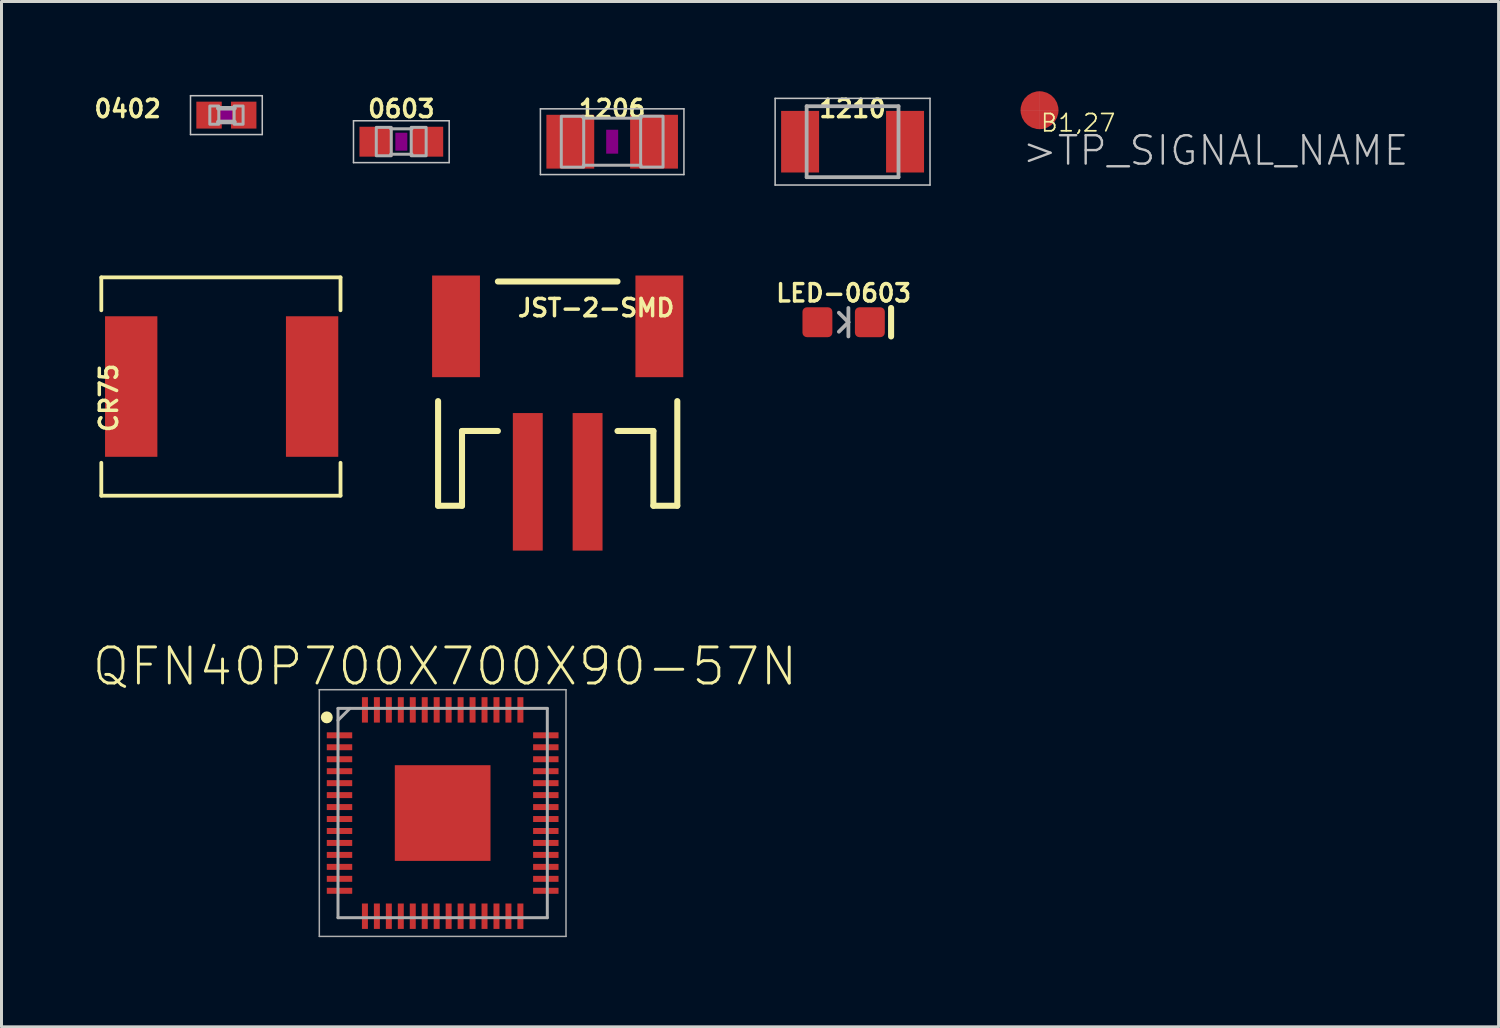
<source format=kicad_pcb>
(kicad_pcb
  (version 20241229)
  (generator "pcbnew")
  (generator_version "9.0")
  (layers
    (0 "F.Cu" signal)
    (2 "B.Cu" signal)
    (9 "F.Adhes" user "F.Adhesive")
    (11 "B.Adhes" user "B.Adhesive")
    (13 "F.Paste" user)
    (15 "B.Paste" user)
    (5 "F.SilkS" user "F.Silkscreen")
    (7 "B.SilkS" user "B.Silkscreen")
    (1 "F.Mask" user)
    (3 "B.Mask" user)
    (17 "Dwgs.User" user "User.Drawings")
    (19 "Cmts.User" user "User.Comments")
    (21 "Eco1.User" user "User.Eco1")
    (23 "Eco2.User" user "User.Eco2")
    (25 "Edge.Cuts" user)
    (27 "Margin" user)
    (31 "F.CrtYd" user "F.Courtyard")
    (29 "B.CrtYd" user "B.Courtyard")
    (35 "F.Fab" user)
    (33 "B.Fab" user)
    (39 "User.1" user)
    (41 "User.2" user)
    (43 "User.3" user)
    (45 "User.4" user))
  (footprint "JST-2-SMD"
    (layer "F.Cu")
    (at 15.601 9.364)
    (property "Reference" "JST-2-SMD" (at -1.397 -1.778 180) (layer "F.SilkS") (effects (font (size 0.579 0.579) (thickness 0.116)) (justify left bottom)))
    (attr through_hole)
    (fp_line (start -4 1) (end -4 4.5) (stroke (width 0.203) (type solid)) (layer "F.SilkS"))
    (fp_line (start -4 4.5) (end -3.2 4.5) (stroke (width 0.203) (type solid)) (layer "F.SilkS"))
    (fp_line (start -3.2 2) (end -2 2) (stroke (width 0.203) (type solid)) (layer "F.SilkS"))
    (fp_line (start -3.2 4.5) (end -3.2 2) (stroke (width 0.203) (type solid)) (layer "F.SilkS"))
    (fp_line (start 2 -3) (end -2 -3) (stroke (width 0.203) (type solid)) (layer "F.SilkS"))
    (fp_line (start 2 2) (end 3.2 2) (stroke (width 0.203) (type solid)) (layer "F.SilkS"))
    (fp_line (start 3.2 2) (end 3.2 4.5) (stroke (width 0.203) (type solid)) (layer "F.SilkS"))
    (fp_line (start 3.2 4.5) (end 4 4.5) (stroke (width 0.203) (type solid)) (layer "F.SilkS"))
    (fp_line (start 4 4.5) (end 4 1) (stroke (width 0.203) (type solid)) (layer "F.SilkS"))
    (pad "1" smd rect (at -1 3.7) (size 1 4.6) (layers "F.Cu" "F.Mask" "F.Paste"))
    (pad "2" smd rect (at 1 3.7) (size 1 4.6) (layers "F.Cu" "F.Mask" "F.Paste"))
    (pad "NC1" smd rect (at -3.4 -1.5 90) (size 3.4 1.6) (layers "F.Cu" "F.Mask" "F.Paste"))
    (pad "NC2" smd rect (at 3.4 -1.5 90) (size 3.4 1.6) (layers "F.Cu" "F.Mask" "F.Paste")))
  (footprint "CR75"
    (layer "F.Cu")
    (at 4.363 9.877)
    (property "Reference" "CR75" (at -3.436 0.381 90) (layer "F.SilkS") (effects (font (size 0.579 0.579) (thickness 0.116)) (justify bottom)))
    (attr through_hole)
    (fp_line (start -4.025 -3.65) (end -4.025 -2.55) (stroke (width 0.127) (type solid)) (layer "F.SilkS"))
    (fp_line (start -4.025 -3.65) (end 3.975 -3.65) (stroke (width 0.127) (type solid)) (layer "F.SilkS"))
    (fp_line (start -4.025 3.65) (end -4.025 2.55) (stroke (width 0.127) (type solid)) (layer "F.SilkS"))
    (fp_line (start -4.025 3.65) (end 3.975 3.65) (stroke (width 0.127) (type solid)) (layer "F.SilkS"))
    (fp_line (start 3.975 -3.65) (end 3.975 -2.55) (stroke (width 0.127) (type solid)) (layer "F.SilkS"))
    (fp_line (start 3.975 3.65) (end 3.975 2.55) (stroke (width 0.127) (type solid)) (layer "F.SilkS"))
    (pad "P$1" smd rect (at -3.025 0 90) (size 4.7 1.75) (layers "F.Cu" "F.Mask" "F.Paste"))
    (pad "P$2" smd rect (at 3.025 0 90) (size 4.7 1.75) (layers "F.Cu" "F.Mask" "F.Paste")))
  (footprint "1206"
    (layer "F.Cu")
    (at 17.423 1.689)
    (property "Reference" "1206" (at 0 -0.762 0) (layer "F.SilkS") (effects (font (size 0.579 0.579) (thickness 0.116)) (justify bottom)))
    (attr through_hole)
    (fp_poly (pts (xy -0.2 0.4) (xy 0.2 0.4) (xy 0.2 -0.4) (xy -0.2 -0.4)) (stroke (width 0) (type solid)) (fill yes) (layer "F.Adhes"))
    (fp_line (start -2.4 -1.1) (end 2.4 -1.1) (stroke (width 0.051) (type solid)) (layer "Dwgs.User"))
    (fp_line (start -2.4 1.1) (end -2.4 -1.1) (stroke (width 0.051) (type solid)) (layer "Dwgs.User"))
    (fp_line (start 2.4 -1.1) (end 2.4 1.1) (stroke (width 0.051) (type solid)) (layer "Dwgs.User"))
    (fp_line (start 2.4 1.1) (end -2.4 1.1) (stroke (width 0.051) (type solid)) (layer "Dwgs.User"))
    (fp_line (start -0.965 -0.787) (end 0.965 -0.787) (stroke (width 0.102) (type solid)) (layer "F.Fab"))
    (fp_line (start -0.965 0.787) (end 0.965 0.787) (stroke (width 0.102) (type solid)) (layer "F.Fab"))
    (fp_poly (pts (xy -1.702 0.851) (xy -0.952 0.851) (xy -0.952 -0.849) (xy -1.702 -0.849)) (stroke (width 0.1) (type solid)) (fill no) (layer "F.Fab"))
    (fp_poly (pts (xy 0.952 0.849) (xy 1.702 0.849) (xy 1.702 -0.851) (xy 0.952 -0.851)) (stroke (width 0.1) (type solid)) (fill no) (layer "F.Fab"))
    (pad "1" smd rect (at -1.4 0) (size 1.6 1.8) (layers "F.Cu" "F.Mask" "F.Paste"))
    (pad "2" smd rect (at 1.4 0) (size 1.6 1.8) (layers "F.Cu" "F.Mask" "F.Paste")))
  (footprint "LED-0603"
    (layer "F.Cu")
    (at 25.164 7.726)
    (property "Reference" "LED-0603" (at 0 -0.635 180) (layer "F.SilkS") (effects (font (size 0.579 0.579) (thickness 0.116)) (justify bottom)))
    (attr through_hole)
    (fp_line (start 1.587 -0.476) (end 1.587 0.476) (stroke (width 0.203) (type solid)) (layer "F.SilkS"))
    (fp_line (start 0.159 -0.476) (end 0.159 0) (stroke (width 0.127) (type solid)) (layer "F.Fab"))
    (fp_line (start 0.159 0) (end -0.159 -0.318) (stroke (width 0.127) (type solid)) (layer "F.Fab"))
    (fp_line (start 0.159 0) (end -0.159 0.318) (stroke (width 0.127) (type solid)) (layer "F.Fab"))
    (fp_line (start 0.159 0) (end 0.159 0.476) (stroke (width 0.127) (type solid)) (layer "F.Fab"))
    (pad "A" smd roundrect (at -0.877 0 270) (size 1 1) (layers "F.Cu" "F.Mask" "F.Paste") (roundrect_rratio 0.15))
    (pad "C" smd roundrect (at 0.877 0 270) (size 1 1) (layers "F.Cu" "F.Mask" "F.Paste") (roundrect_rratio 0.15)))
  (footprint "QFN40P700X700X90-57N"
    (layer "F.Cu")
    (at 11.754 24.141)
    (property "Reference" "QFN40P700X700X90-57N" (at 0.076 -4.902 0) (layer "F.SilkS") (effects (font (size 1.206 1.206) (thickness 0.097))))
    (attr through_hole)
    (fp_circle (center -3.875 -3.2) (end -3.775 -3.2) (stroke (width 0.2) (type solid)) (fill no) (layer "F.SilkS"))
    (fp_line (start -4.125 -4.125) (end 4.125 -4.125) (stroke (width 0.05) (type solid)) (layer "F.Fab"))
    (fp_line (start -4.125 4.125) (end -4.125 -4.125) (stroke (width 0.05) (type solid)) (layer "F.Fab"))
    (fp_line (start -3.5 -3.5) (end 3.5 -3.5) (stroke (width 0.1) (type solid)) (layer "F.Fab"))
    (fp_line (start -3.5 -3.1) (end -3.1 -3.5) (stroke (width 0.1) (type solid)) (layer "F.Fab"))
    (fp_line (start -3.5 3.5) (end -3.5 -3.5) (stroke (width 0.1) (type solid)) (layer "F.Fab"))
    (fp_line (start 3.5 -3.5) (end 3.5 3.5) (stroke (width 0.1) (type solid)) (layer "F.Fab"))
    (fp_line (start 3.5 3.5) (end -3.5 3.5) (stroke (width 0.1) (type solid)) (layer "F.Fab"))
    (fp_line (start 4.125 -4.125) (end 4.125 4.125) (stroke (width 0.05) (type solid)) (layer "F.Fab"))
    (fp_line (start 4.125 4.125) (end -4.125 4.125) (stroke (width 0.05) (type solid)) (layer "F.Fab"))
    (pad "1" smd rect (at -3.45 -2.6) (size 0.85 0.2) (layers "F.Cu" "F.Mask" "F.Paste"))
    (pad "2" smd rect (at -3.45 -2.2) (size 0.85 0.2) (layers "F.Cu" "F.Mask" "F.Paste"))
    (pad "3" smd rect (at -3.45 -1.8) (size 0.85 0.2) (layers "F.Cu" "F.Mask" "F.Paste"))
    (pad "4" smd rect (at -3.45 -1.4) (size 0.85 0.2) (layers "F.Cu" "F.Mask" "F.Paste"))
    (pad "5" smd rect (at -3.45 -1) (size 0.85 0.2) (layers "F.Cu" "F.Mask" "F.Paste"))
    (pad "6" smd rect (at -3.45 -0.6) (size 0.85 0.2) (layers "F.Cu" "F.Mask" "F.Paste"))
    (pad "7" smd rect (at -3.45 -0.2) (size 0.85 0.2) (layers "F.Cu" "F.Mask" "F.Paste"))
    (pad "8" smd rect (at -3.45 0.2) (size 0.85 0.2) (layers "F.Cu" "F.Mask" "F.Paste"))
    (pad "9" smd rect (at -3.45 0.6) (size 0.85 0.2) (layers "F.Cu" "F.Mask" "F.Paste"))
    (pad "10" smd rect (at -3.45 1) (size 0.85 0.2) (layers "F.Cu" "F.Mask" "F.Paste"))
    (pad "11" smd rect (at -3.45 1.4) (size 0.85 0.2) (layers "F.Cu" "F.Mask" "F.Paste"))
    (pad "12" smd rect (at -3.45 1.8) (size 0.85 0.2) (layers "F.Cu" "F.Mask" "F.Paste"))
    (pad "13" smd rect (at -3.45 2.2) (size 0.85 0.2) (layers "F.Cu" "F.Mask" "F.Paste"))
    (pad "14" smd rect (at -3.45 2.6) (size 0.85 0.2) (layers "F.Cu" "F.Mask" "F.Paste"))
    (pad "15" smd rect (at -2.6 3.45 90) (size 0.85 0.2) (layers "F.Cu" "F.Mask" "F.Paste"))
    (pad "16" smd rect (at -2.2 3.45 90) (size 0.85 0.2) (layers "F.Cu" "F.Mask" "F.Paste"))
    (pad "17" smd rect (at -1.8 3.45 90) (size 0.85 0.2) (layers "F.Cu" "F.Mask" "F.Paste"))
    (pad "18" smd rect (at -1.4 3.45 90) (size 0.85 0.2) (layers "F.Cu" "F.Mask" "F.Paste"))
    (pad "19" smd rect (at -1 3.45 90) (size 0.85 0.2) (layers "F.Cu" "F.Mask" "F.Paste"))
    (pad "20" smd rect (at -0.6 3.45 90) (size 0.85 0.2) (layers "F.Cu" "F.Mask" "F.Paste"))
    (pad "21" smd rect (at -0.2 3.45 90) (size 0.85 0.2) (layers "F.Cu" "F.Mask" "F.Paste"))
    (pad "22" smd rect (at 0.2 3.45 90) (size 0.85 0.2) (layers "F.Cu" "F.Mask" "F.Paste"))
    (pad "23" smd rect (at 0.6 3.45 90) (size 0.85 0.2) (layers "F.Cu" "F.Mask" "F.Paste"))
    (pad "24" smd rect (at 1 3.45 90) (size 0.85 0.2) (layers "F.Cu" "F.Mask" "F.Paste"))
    (pad "25" smd rect (at 1.4 3.45 90) (size 0.85 0.2) (layers "F.Cu" "F.Mask" "F.Paste"))
    (pad "26" smd rect (at 1.8 3.45 90) (size 0.85 0.2) (layers "F.Cu" "F.Mask" "F.Paste"))
    (pad "27" smd rect (at 2.2 3.45 90) (size 0.85 0.2) (layers "F.Cu" "F.Mask" "F.Paste"))
    (pad "28" smd rect (at 2.6 3.45 90) (size 0.85 0.2) (layers "F.Cu" "F.Mask" "F.Paste"))
    (pad "29" smd rect (at 3.45 2.6) (size 0.85 0.2) (layers "F.Cu" "F.Mask" "F.Paste"))
    (pad "30" smd rect (at 3.45 2.2) (size 0.85 0.2) (layers "F.Cu" "F.Mask" "F.Paste"))
    (pad "31" smd rect (at 3.45 1.8) (size 0.85 0.2) (layers "F.Cu" "F.Mask" "F.Paste"))
    (pad "32" smd rect (at 3.45 1.4) (size 0.85 0.2) (layers "F.Cu" "F.Mask" "F.Paste"))
    (pad "33" smd rect (at 3.45 1) (size 0.85 0.2) (layers "F.Cu" "F.Mask" "F.Paste"))
    (pad "34" smd rect (at 3.45 0.6) (size 0.85 0.2) (layers "F.Cu" "F.Mask" "F.Paste"))
    (pad "35" smd rect (at 3.45 0.2) (size 0.85 0.2) (layers "F.Cu" "F.Mask" "F.Paste"))
    (pad "36" smd rect (at 3.45 -0.2) (size 0.85 0.2) (layers "F.Cu" "F.Mask" "F.Paste"))
    (pad "37" smd rect (at 3.45 -0.6) (size 0.85 0.2) (layers "F.Cu" "F.Mask" "F.Paste"))
    (pad "38" smd rect (at 3.45 -1) (size 0.85 0.2) (layers "F.Cu" "F.Mask" "F.Paste"))
    (pad "39" smd rect (at 3.45 -1.4) (size 0.85 0.2) (layers "F.Cu" "F.Mask" "F.Paste"))
    (pad "40" smd rect (at 3.45 -1.8) (size 0.85 0.2) (layers "F.Cu" "F.Mask" "F.Paste"))
    (pad "41" smd rect (at 3.45 -2.2) (size 0.85 0.2) (layers "F.Cu" "F.Mask" "F.Paste"))
    (pad "42" smd rect (at 3.45 -2.6) (size 0.85 0.2) (layers "F.Cu" "F.Mask" "F.Paste"))
    (pad "43" smd rect (at 2.6 -3.45 90) (size 0.85 0.2) (layers "F.Cu" "F.Mask" "F.Paste"))
    (pad "44" smd rect (at 2.2 -3.45 90) (size 0.85 0.2) (layers "F.Cu" "F.Mask" "F.Paste"))
    (pad "45" smd rect (at 1.8 -3.45 90) (size 0.85 0.2) (layers "F.Cu" "F.Mask" "F.Paste"))
    (pad "46" smd rect (at 1.4 -3.45 90) (size 0.85 0.2) (layers "F.Cu" "F.Mask" "F.Paste"))
    (pad "47" smd rect (at 1 -3.45 90) (size 0.85 0.2) (layers "F.Cu" "F.Mask" "F.Paste"))
    (pad "48" smd rect (at 0.6 -3.45 90) (size 0.85 0.2) (layers "F.Cu" "F.Mask" "F.Paste"))
    (pad "49" smd rect (at 0.2 -3.45 90) (size 0.85 0.2) (layers "F.Cu" "F.Mask" "F.Paste"))
    (pad "50" smd rect (at -0.2 -3.45 90) (size 0.85 0.2) (layers "F.Cu" "F.Mask" "F.Paste"))
    (pad "51" smd rect (at -0.6 -3.45 90) (size 0.85 0.2) (layers "F.Cu" "F.Mask" "F.Paste"))
    (pad "52" smd rect (at -1 -3.45 90) (size 0.85 0.2) (layers "F.Cu" "F.Mask" "F.Paste"))
    (pad "53" smd rect (at -1.4 -3.45 90) (size 0.85 0.2) (layers "F.Cu" "F.Mask" "F.Paste"))
    (pad "54" smd rect (at -1.8 -3.45 90) (size 0.85 0.2) (layers "F.Cu" "F.Mask" "F.Paste"))
    (pad "55" smd rect (at -2.2 -3.45 90) (size 0.85 0.2) (layers "F.Cu" "F.Mask" "F.Paste"))
    (pad "56" smd rect (at -2.6 -3.45 90) (size 0.85 0.2) (layers "F.Cu" "F.Mask" "F.Paste"))
    (pad "57" smd rect (at 0 0 90) (size 3.2 3.2) (layers "F.Cu" "F.Mask" "F.Paste")))
  (footprint "1210"
    (layer "F.Cu")
    (at 25.463 1.689)
    (property "Reference" "1210" (at 0 -0.762 0) (layer "F.SilkS") (effects (font (size 0.579 0.579) (thickness 0.116)) (justify bottom)))
    (attr through_hole)
    (fp_line (start -2.59 -1.45) (end 2.59 -1.45) (stroke (width 0.051) (type solid)) (layer "Dwgs.User"))
    (fp_line (start -2.59 1.45) (end -2.59 -1.45) (stroke (width 0.051) (type solid)) (layer "Dwgs.User"))
    (fp_line (start 2.59 -1.45) (end 2.59 1.45) (stroke (width 0.051) (type solid)) (layer "Dwgs.User"))
    (fp_line (start 2.59 1.45) (end -2.59 1.45) (stroke (width 0.051) (type solid)) (layer "Dwgs.User"))
    (fp_line (start -1.536 -1.187) (end 1.536 -1.187) (stroke (width 0.127) (type solid)) (layer "F.Fab"))
    (fp_line (start -1.536 1.187) (end -1.536 -1.187) (stroke (width 0.127) (type solid)) (layer "F.Fab"))
    (fp_line (start 1.536 -1.187) (end 1.536 1.187) (stroke (width 0.127) (type solid)) (layer "F.Fab"))
    (fp_line (start 1.536 1.187) (end -1.536 1.187) (stroke (width 0.127) (type solid)) (layer "F.Fab"))
    (pad "1" smd rect (at -1.755 0) (size 1.27 2.06) (layers "F.Cu" "F.Mask" "F.Paste"))
    (pad "2" smd rect (at 1.755 0) (size 1.27 2.06) (layers "F.Cu" "F.Mask" "F.Paste")))
  (footprint "B1,27"
    (layer "F.Cu")
    (at 31.715 0.636)
    (property "Reference" "B1,27" (at 0 0.762 180) (layer "F.SilkS") (effects (font (size 0.579 0.579) (thickness 0.058)) (justify left bottom)))
    (attr through_hole)
    (fp_line (start -0.635 0) (end 0.635 0) (stroke (width 0.002) (type solid)) (layer "Dwgs.User"))
    (fp_line (start 0 -0.635) (end 0 0.635) (stroke (width 0.002) (type solid)) (layer "Dwgs.User"))
    (fp_text user ">TP_SIGNAL_NAME" (at -0.635 1.905 0) (layer "Dwgs.User") (effects (font (size 0.95 0.95) (thickness 0.08)) (justify left bottom)))
    (pad "TP" smd roundrect (at 0 0) (size 1.27 1.27) (layers "F.Cu" "F.Mask") (roundrect_rratio 0.5)))
  (footprint "0402"
    (layer "F.Cu")
    (at 4.521 0.8)
    (property "Reference" "0402" (at -3.302 0.127 180) (layer "F.SilkS") (effects (font (size 0.579 0.579) (thickness 0.116)) (justify bottom)))
    (attr through_hole)
    (fp_poly (pts (xy -0.2 0.3) (xy 0.2 0.3) (xy 0.2 -0.3) (xy -0.2 -0.3)) (stroke (width 0) (type solid)) (fill yes) (layer "F.Adhes"))
    (fp_line (start -1.2 -0.65) (end 1.2 -0.65) (stroke (width 0.051) (type solid)) (layer "Dwgs.User"))
    (fp_line (start -1.2 0.65) (end -1.2 -0.65) (stroke (width 0.051) (type solid)) (layer "Dwgs.User"))
    (fp_line (start 1.2 -0.65) (end 1.2 0.65) (stroke (width 0.051) (type solid)) (layer "Dwgs.User"))
    (fp_line (start 1.2 0.65) (end -1.2 0.65) (stroke (width 0.051) (type solid)) (layer "Dwgs.User"))
    (fp_line (start -0.27 -0.229) (end 0.27 -0.229) (stroke (width 0.152) (type solid)) (layer "F.Fab"))
    (fp_line (start 0.27 0.229) (end -0.27 0.229) (stroke (width 0.152) (type solid)) (layer "F.Fab"))
    (fp_poly (pts (xy -0.554 0.305) (xy -0.254 0.305) (xy -0.254 -0.305) (xy -0.554 -0.305)) (stroke (width 0.1) (type solid)) (fill no) (layer "F.Fab"))
    (fp_poly (pts (xy 0.259 0.305) (xy 0.559 0.305) (xy 0.559 -0.305) (xy 0.259 -0.305)) (stroke (width 0.1) (type solid)) (fill no) (layer "F.Fab"))
    (pad "1" smd rect (at -0.58 0) (size 0.85 0.9) (layers "F.Cu" "F.Mask" "F.Paste"))
    (pad "2" smd rect (at 0.58 0) (size 0.85 0.9) (layers "F.Cu" "F.Mask" "F.Paste")))
  (footprint "0603"
    (layer "F.Cu")
    (at 10.372 1.689)
    (property "Reference" "0603" (at 0 -0.762 180) (layer "F.SilkS") (effects (font (size 0.579 0.579) (thickness 0.116)) (justify bottom)))
    (attr through_hole)
    (fp_poly (pts (xy -0.2 0.3) (xy 0.2 0.3) (xy 0.2 -0.3) (xy -0.2 -0.3)) (stroke (width 0) (type solid)) (fill yes) (layer "F.Adhes"))
    (fp_line (start -1.6 -0.7) (end 1.6 -0.7) (stroke (width 0.051) (type solid)) (layer "Dwgs.User"))
    (fp_line (start -1.6 0.7) (end -1.6 -0.7) (stroke (width 0.051) (type solid)) (layer "Dwgs.User"))
    (fp_line (start 1.6 -0.7) (end 1.6 0.7) (stroke (width 0.051) (type solid)) (layer "Dwgs.User"))
    (fp_line (start 1.6 0.7) (end -1.6 0.7) (stroke (width 0.051) (type solid)) (layer "Dwgs.User"))
    (fp_line (start -0.356 -0.432) (end 0.356 -0.432) (stroke (width 0.102) (type solid)) (layer "F.Fab"))
    (fp_line (start -0.356 0.419) (end 0.356 0.419) (stroke (width 0.102) (type solid)) (layer "F.Fab"))
    (fp_poly (pts (xy -0.838 0.47) (xy -0.338 0.47) (xy -0.338 -0.48) (xy -0.838 -0.48)) (stroke (width 0.1) (type solid)) (fill no) (layer "F.Fab"))
    (fp_poly (pts (xy 0.33 0.47) (xy 0.83 0.47) (xy 0.83 -0.48) (xy 0.33 -0.48)) (stroke (width 0.1) (type solid)) (fill no) (layer "F.Fab"))
    (pad "1" smd rect (at -0.85 0) (size 1.1 1) (layers "F.Cu" "F.Mask" "F.Paste"))
    (pad "2" smd rect (at 0.85 0) (size 1.1 1) (layers "F.Cu" "F.Mask" "F.Paste")))
  (gr_rect
    (start -3 -3)
    (end 47.068 31.291)
    (stroke (width 0.1) (type default))
    (fill no)
    (layer "Edge.Cuts")))
</source>
